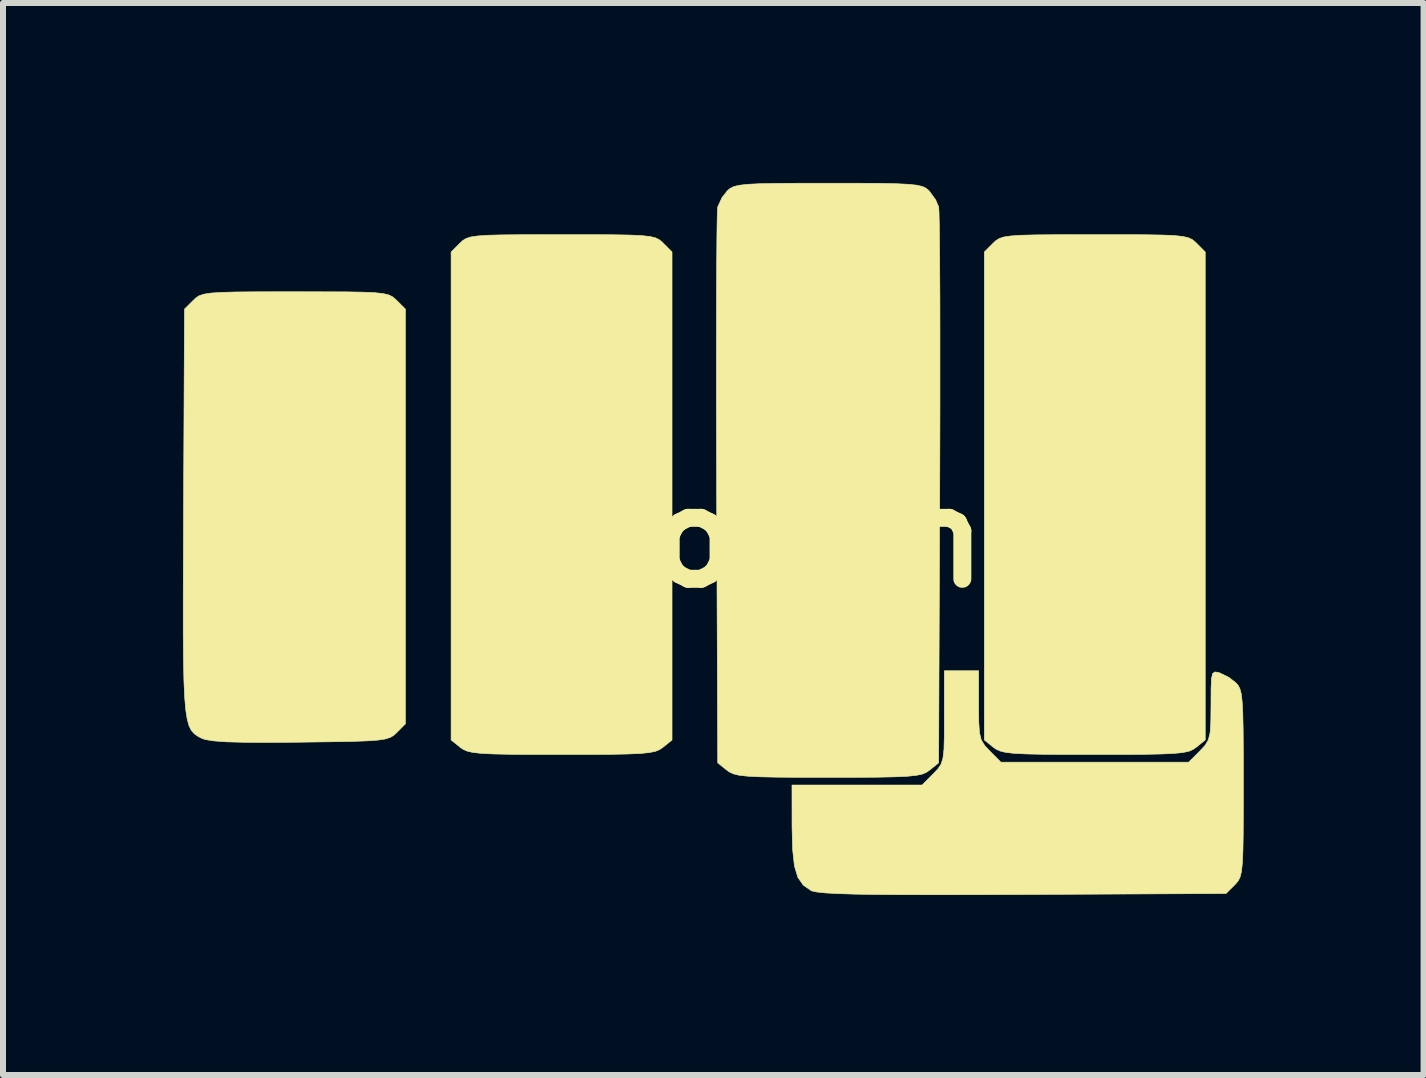
<source format=kicad_pcb>
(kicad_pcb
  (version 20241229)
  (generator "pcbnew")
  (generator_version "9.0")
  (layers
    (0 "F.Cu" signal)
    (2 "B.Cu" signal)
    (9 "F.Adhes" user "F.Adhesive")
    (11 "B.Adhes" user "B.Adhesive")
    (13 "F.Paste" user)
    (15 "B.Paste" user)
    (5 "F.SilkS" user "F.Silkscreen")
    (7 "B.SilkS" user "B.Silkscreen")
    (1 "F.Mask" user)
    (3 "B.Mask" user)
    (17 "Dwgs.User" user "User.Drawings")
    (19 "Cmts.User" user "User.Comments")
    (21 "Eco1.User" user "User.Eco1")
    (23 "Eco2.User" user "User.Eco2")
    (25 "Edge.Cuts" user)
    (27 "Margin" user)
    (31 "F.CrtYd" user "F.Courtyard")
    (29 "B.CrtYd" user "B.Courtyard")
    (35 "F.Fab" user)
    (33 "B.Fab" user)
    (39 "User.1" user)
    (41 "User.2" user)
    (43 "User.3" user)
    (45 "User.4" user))
  (footprint "logo_fin"
    (layer "F.Cu")
    (at 8.821 5.91)
    (property "Reference" "logo_fin" (at 0 0 0) (layer "F.SilkS") (effects (font (size 1.524 1.524) (thickness 0.3))))
    (attr through_hole)
    (fp_poly (pts (xy -2.025 -5.048) (xy -1.652 -5.046) (xy -1.374 -5.041) (xy -1.174 -5.032) (xy -1.036 -5.017) (xy -0.944 -4.995) (xy -0.882 -4.965) (xy -0.833 -4.925) (xy -0.811 -4.904) (xy -0.667 -4.759) (xy -0.667 3.377) (xy -0.817 3.498) (xy -0.872 3.536) (xy -0.943 3.566) (xy -1.046 3.587) (xy -1.197 3.602) (xy -1.412 3.611) (xy -1.709 3.617) (xy -2.103 3.619) (xy -2.508 3.619) (xy -2.994 3.619) (xy -3.369 3.616) (xy -3.649 3.61) (xy -3.852 3.6) (xy -3.993 3.584) (xy -4.088 3.561) (xy -4.155 3.53) (xy -4.2 3.498) (xy -4.35 3.377) (xy -4.35 -4.759) (xy -4.205 -4.904) (xy -4.157 -4.949) (xy -4.102 -4.983) (xy -4.025 -5.009) (xy -3.909 -5.026) (xy -3.739 -5.038) (xy -3.497 -5.044) (xy -3.168 -5.047) (xy -2.735 -5.048) (xy -2.508 -5.048) (xy -2.025 -5.048)) (stroke (width 0.01) (type solid)) (fill yes) (layer "F.SilkS"))
    (fp_poly (pts (xy 6.865 -5.048) (xy 7.238 -5.046) (xy 7.516 -5.041) (xy 7.716 -5.032) (xy 7.854 -5.017) (xy 7.946 -4.995) (xy 8.008 -4.965) (xy 8.057 -4.925) (xy 8.079 -4.904) (xy 8.223 -4.759) (xy 8.223 3.377) (xy 8.073 3.498) (xy 8.018 3.536) (xy 7.947 3.566) (xy 7.844 3.587) (xy 7.693 3.602) (xy 7.478 3.611) (xy 7.181 3.617) (xy 6.787 3.619) (xy 6.382 3.619) (xy 5.896 3.619) (xy 5.521 3.616) (xy 5.241 3.61) (xy 5.038 3.6) (xy 4.897 3.584) (xy 4.802 3.561) (xy 4.735 3.53) (xy 4.69 3.498) (xy 4.54 3.377) (xy 4.54 -4.759) (xy 4.685 -4.904) (xy 4.733 -4.949) (xy 4.788 -4.983) (xy 4.865 -5.009) (xy 4.981 -5.026) (xy 5.151 -5.038) (xy 5.393 -5.044) (xy 5.722 -5.047) (xy 6.155 -5.048) (xy 6.382 -5.048) (xy 6.865 -5.048)) (stroke (width 0.01) (type solid)) (fill yes) (layer "F.SilkS"))
    (fp_poly (pts (xy -6.47 -4.095) (xy -6.097 -4.094) (xy -5.819 -4.089) (xy -5.619 -4.08) (xy -5.481 -4.065) (xy -5.389 -4.043) (xy -5.327 -4.012) (xy -5.278 -3.972) (xy -5.256 -3.951) (xy -5.112 -3.806) (xy -5.112 3.108) (xy -5.256 3.253) (xy -5.306 3.299) (xy -5.364 3.334) (xy -5.446 3.36) (xy -5.569 3.379) (xy -5.75 3.392) (xy -6.005 3.401) (xy -6.351 3.407) (xy -6.806 3.413) (xy -6.876 3.414) (xy -7.393 3.418) (xy -7.796 3.416) (xy -8.098 3.408) (xy -8.311 3.392) (xy -8.449 3.37) (xy -8.508 3.349) (xy -8.576 3.313) (xy -8.633 3.272) (xy -8.681 3.218) (xy -8.72 3.139) (xy -8.751 3.025) (xy -8.775 2.867) (xy -8.793 2.655) (xy -8.805 2.377) (xy -8.812 2.024) (xy -8.816 1.586) (xy -8.816 1.053) (xy -8.814 0.413) (xy -8.811 -0.341) (xy -8.811 -0.427) (xy -8.795 -3.807) (xy -8.65 -3.951) (xy -8.602 -3.996) (xy -8.547 -4.031) (xy -8.47 -4.056) (xy -8.354 -4.074) (xy -8.184 -4.085) (xy -7.942 -4.092) (xy -7.612 -4.095) (xy -7.179 -4.096) (xy -6.953 -4.096) (xy -6.47 -4.095)) (stroke (width 0.01) (type solid)) (fill yes) (layer "F.SilkS"))
    (fp_poly (pts (xy 2.423 -5.905) (xy 2.798 -5.903) (xy 3.078 -5.897) (xy 3.279 -5.887) (xy 3.418 -5.872) (xy 3.51 -5.85) (xy 3.57 -5.82) (xy 3.616 -5.782) (xy 3.618 -5.78) (xy 3.727 -5.631) (xy 3.779 -5.51) (xy 3.784 -5.424) (xy 3.789 -5.222) (xy 3.793 -4.913) (xy 3.796 -4.509) (xy 3.799 -4.019) (xy 3.8 -3.455) (xy 3.8 -2.827) (xy 3.8 -2.144) (xy 3.798 -1.419) (xy 3.796 -0.804) (xy 3.778 3.758) (xy 3.628 3.879) (xy 3.573 3.917) (xy 3.502 3.947) (xy 3.399 3.968) (xy 3.248 3.983) (xy 3.032 3.992) (xy 2.736 3.998) (xy 2.342 4) (xy 1.937 4) (xy 1.451 4) (xy 1.076 3.997) (xy 0.796 3.991) (xy 0.593 3.981) (xy 0.452 3.965) (xy 0.357 3.942) (xy 0.29 3.911) (xy 0.245 3.879) (xy 0.095 3.758) (xy 0.077 -0.804) (xy 0.075 -1.557) (xy 0.073 -2.275) (xy 0.073 -2.948) (xy 0.074 -3.566) (xy 0.075 -4.117) (xy 0.078 -4.591) (xy 0.081 -4.978) (xy 0.085 -5.268) (xy 0.09 -5.449) (xy 0.095 -5.51) (xy 0.167 -5.667) (xy 0.256 -5.78) (xy 0.301 -5.819) (xy 0.362 -5.849) (xy 0.452 -5.871) (xy 0.589 -5.887) (xy 0.788 -5.897) (xy 1.065 -5.902) (xy 1.437 -5.905) (xy 1.919 -5.905) (xy 1.937 -5.905) (xy 2.423 -5.905)) (stroke (width 0.01) (type solid)) (fill yes) (layer "F.SilkS"))
    (fp_poly (pts (xy 4.445 2.799) (xy 4.447 3.075) (xy 4.459 3.257) (xy 4.489 3.377) (xy 4.545 3.469) (xy 4.631 3.561) (xy 4.816 3.747) (xy 7.947 3.747) (xy 8.133 3.561) (xy 8.221 3.466) (xy 8.275 3.374) (xy 8.305 3.252) (xy 8.316 3.069) (xy 8.319 2.795) (xy 8.32 2.522) (xy 8.327 2.354) (xy 8.347 2.268) (xy 8.386 2.242) (xy 8.448 2.253) (xy 8.461 2.257) (xy 8.618 2.334) (xy 8.731 2.421) (xy 8.771 2.466) (xy 8.801 2.524) (xy 8.824 2.612) (xy 8.839 2.745) (xy 8.849 2.94) (xy 8.855 3.213) (xy 8.858 3.58) (xy 8.858 4.056) (xy 8.858 4.096) (xy 8.858 4.579) (xy 8.856 4.952) (xy 8.851 5.23) (xy 8.842 5.43) (xy 8.827 5.568) (xy 8.805 5.66) (xy 8.775 5.722) (xy 8.735 5.771) (xy 8.714 5.793) (xy 8.569 5.937) (xy 5.189 5.953) (xy 4.407 5.956) (xy 3.742 5.957) (xy 3.187 5.956) (xy 2.733 5.953) (xy 2.371 5.947) (xy 2.092 5.938) (xy 1.888 5.927) (xy 1.75 5.912) (xy 1.668 5.895) (xy 1.652 5.888) (xy 1.522 5.798) (xy 1.431 5.668) (xy 1.374 5.478) (xy 1.344 5.205) (xy 1.334 4.829) (xy 1.334 4.81) (xy 1.333 4.128) (xy 3.502 4.128) (xy 3.688 3.942) (xy 3.766 3.86) (xy 3.818 3.782) (xy 3.85 3.682) (xy 3.867 3.532) (xy 3.873 3.309) (xy 3.873 2.989) (xy 3.873 2.223) (xy 4.445 2.223) (xy 4.445 2.799)) (stroke (width 0.01) (type solid)) (fill yes) (layer "F.SilkS")))
  (gr_rect
    (start -3 -3)
    (end 20.684 14.873)
    (stroke (width 0.1) (type default))
    (fill no)
    (layer "Edge.Cuts")))
</source>
